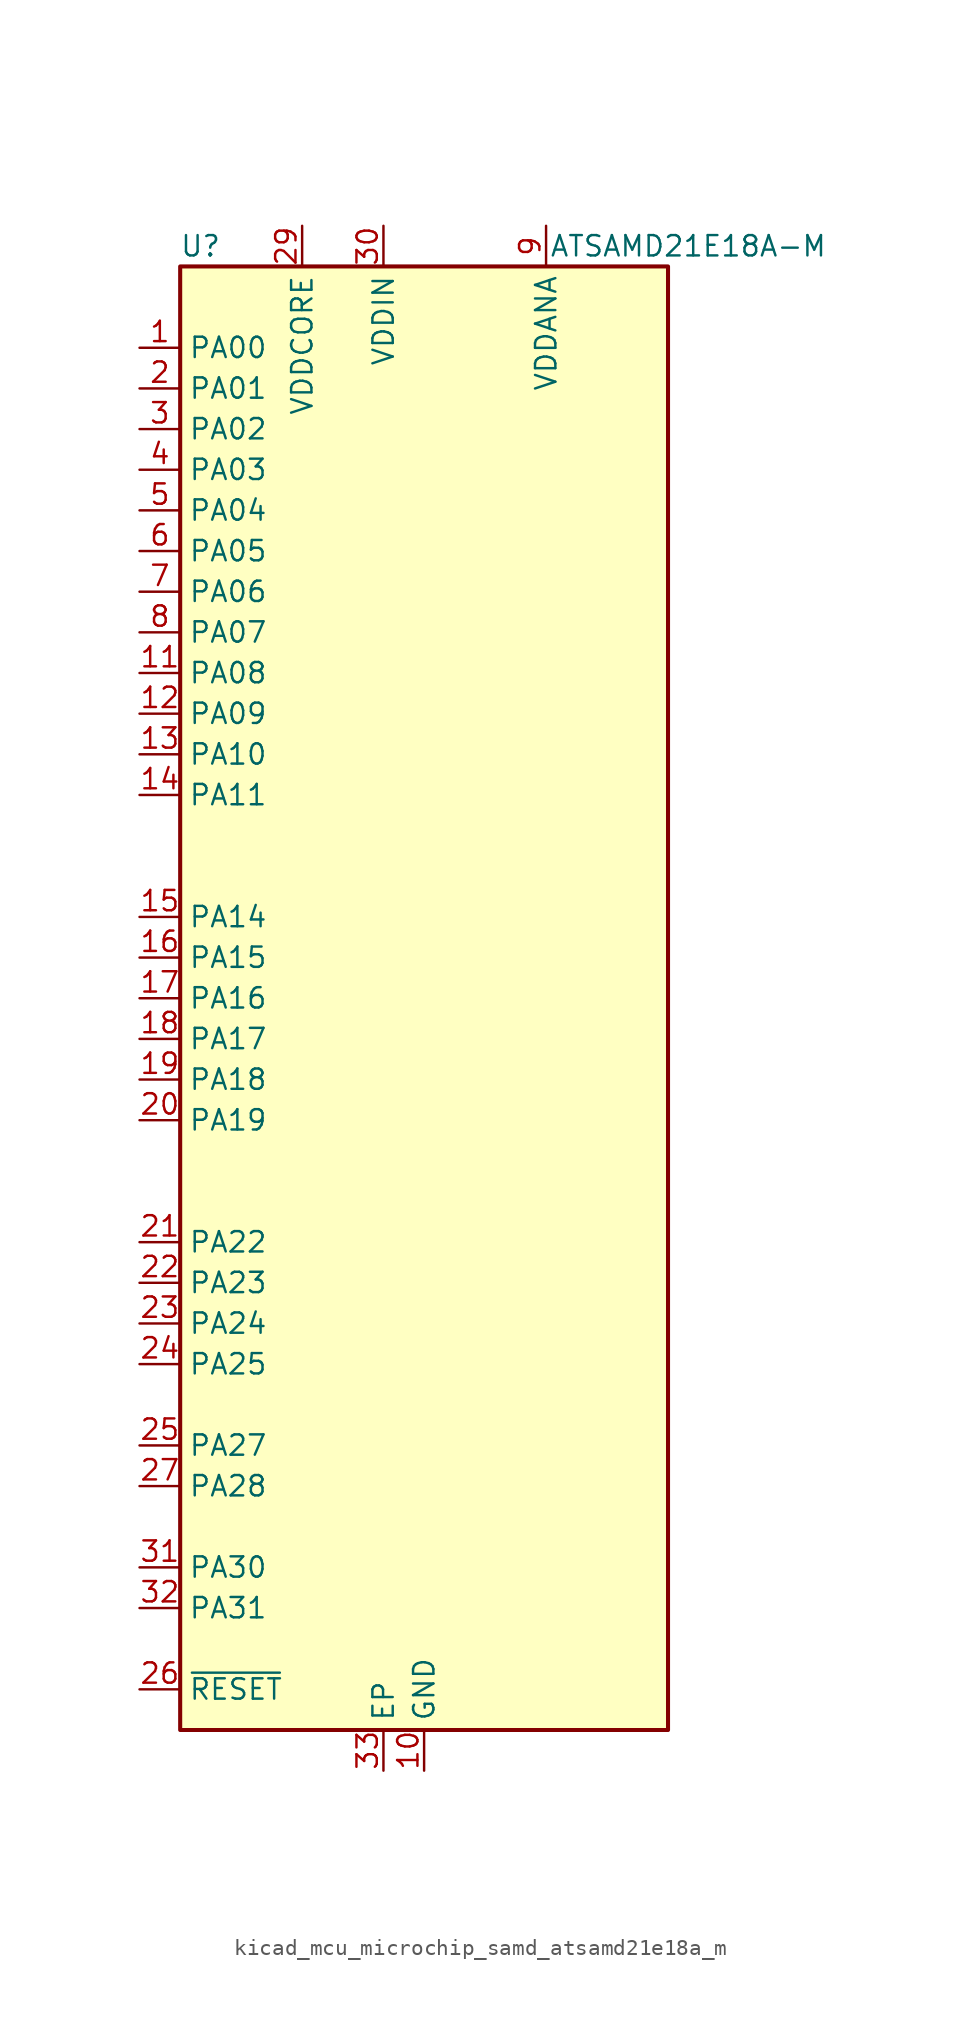
<source format=kicad_sym>
(kicad_symbol_lib
  (version 20220914)
  (generator kicad_symbol_editor)
  (symbol "kicad_mcu_microchip_samd_atsamd21e18a_m"
    (property "Reference" "U"
      (at -13.97 46.99 0)
      (effects (font (size 1.27 1.27))))
    (property "Value" "ATSAMD21E18A-M"
      (at 16.51 46.99 0)
      (effects (font (size 1.27 1.27))))
    (symbol "kicad_mcu_microchip_samd_atsamd21e18a_m_1_1"
      (rectangle (start -15.24 45.72) (end 15.24 -45.72) (stroke (width 0.254) (type default)) (fill (type background)))
      (pin bidirectional line (at -17.78 40.64 0) (length 2.54) (name "PA00" (effects (font (size 1.27 1.27)))) (number "1" (effects (font (size 1.27 1.27)))))
      (pin power_in line (at 0 -48.26 90) (length 2.54) (name "GND" (effects (font (size 1.27 1.27)))) (number "10" (effects (font (size 1.27 1.27)))))
      (pin bidirectional line (at -17.78 20.32 0) (length 2.54) (name "PA08" (effects (font (size 1.27 1.27)))) (number "11" (effects (font (size 1.27 1.27)))))
      (pin bidirectional line (at -17.78 17.78 0) (length 2.54) (name "PA09" (effects (font (size 1.27 1.27)))) (number "12" (effects (font (size 1.27 1.27)))))
      (pin bidirectional line (at -17.78 15.24 0) (length 2.54) (name "PA10" (effects (font (size 1.27 1.27)))) (number "13" (effects (font (size 1.27 1.27)))))
      (pin bidirectional line (at -17.78 12.7 0) (length 2.54) (name "PA11" (effects (font (size 1.27 1.27)))) (number "14" (effects (font (size 1.27 1.27)))))
      (pin bidirectional line (at -17.78 5.08 0) (length 2.54) (name "PA14" (effects (font (size 1.27 1.27)))) (number "15" (effects (font (size 1.27 1.27)))))
      (pin bidirectional line (at -17.78 2.54 0) (length 2.54) (name "PA15" (effects (font (size 1.27 1.27)))) (number "16" (effects (font (size 1.27 1.27)))))
      (pin bidirectional line (at -17.78 0 0) (length 2.54) (name "PA16" (effects (font (size 1.27 1.27)))) (number "17" (effects (font (size 1.27 1.27)))))
      (pin bidirectional line (at -17.78 -2.54 0) (length 2.54) (name "PA17" (effects (font (size 1.27 1.27)))) (number "18" (effects (font (size 1.27 1.27)))))
      (pin bidirectional line (at -17.78 -5.08 0) (length 2.54) (name "PA18" (effects (font (size 1.27 1.27)))) (number "19" (effects (font (size 1.27 1.27)))))
      (pin bidirectional line (at -17.78 38.1 0) (length 2.54) (name "PA01" (effects (font (size 1.27 1.27)))) (number "2" (effects (font (size 1.27 1.27)))))
      (pin bidirectional line (at -17.78 -7.62 0) (length 2.54) (name "PA19" (effects (font (size 1.27 1.27)))) (number "20" (effects (font (size 1.27 1.27)))))
      (pin bidirectional line (at -17.78 -15.24 0) (length 2.54) (name "PA22" (effects (font (size 1.27 1.27)))) (number "21" (effects (font (size 1.27 1.27)))))
      (pin bidirectional line (at -17.78 -17.78 0) (length 2.54) (name "PA23" (effects (font (size 1.27 1.27)))) (number "22" (effects (font (size 1.27 1.27)))))
      (pin bidirectional line (at -17.78 -20.32 0) (length 2.54) (name "PA24" (effects (font (size 1.27 1.27)))) (number "23" (effects (font (size 1.27 1.27)))))
      (pin bidirectional line (at -17.78 -22.86 0) (length 2.54) (name "PA25" (effects (font (size 1.27 1.27)))) (number "24" (effects (font (size 1.27 1.27)))))
      (pin bidirectional line (at -17.78 -27.94 0) (length 2.54) (name "PA27" (effects (font (size 1.27 1.27)))) (number "25" (effects (font (size 1.27 1.27)))))
      (pin input line (at -17.78 -43.18 0) (length 2.54) (name "~{RESET}" (effects (font (size 1.27 1.27)))) (number "26" (effects (font (size 1.27 1.27)))))
      (pin bidirectional line (at -17.78 -30.48 0) (length 2.54) (name "PA28" (effects (font (size 1.27 1.27)))) (number "27" (effects (font (size 1.27 1.27)))))
      (pin passive line (at 0 -48.26 90) (length 2.54) hide (name "GND" (effects (font (size 1.27 1.27)))) (number "28" (effects (font (size 1.27 1.27)))))
      (pin power_out line (at -7.62 48.26 270) (length 2.54) (name "VDDCORE" (effects (font (size 1.27 1.27)))) (number "29" (effects (font (size 1.27 1.27)))))
      (pin bidirectional line (at -17.78 35.56 0) (length 2.54) (name "PA02" (effects (font (size 1.27 1.27)))) (number "3" (effects (font (size 1.27 1.27)))))
      (pin power_in line (at -2.54 48.26 270) (length 2.54) (name "VDDIN" (effects (font (size 1.27 1.27)))) (number "30" (effects (font (size 1.27 1.27)))))
      (pin bidirectional line (at -17.78 -35.56 0) (length 2.54) (name "PA30" (effects (font (size 1.27 1.27)))) (number "31" (effects (font (size 1.27 1.27)))))
      (pin bidirectional line (at -17.78 -38.1 0) (length 2.54) (name "PA31" (effects (font (size 1.27 1.27)))) (number "32" (effects (font (size 1.27 1.27)))))
      (pin passive line (at -2.54 -48.26 90) (length 2.54) (name "EP" (effects (font (size 1.27 1.27)))) (number "33" (effects (font (size 1.27 1.27)))))
      (pin bidirectional line (at -17.78 33.02 0) (length 2.54) (name "PA03" (effects (font (size 1.27 1.27)))) (number "4" (effects (font (size 1.27 1.27)))))
      (pin bidirectional line (at -17.78 30.48 0) (length 2.54) (name "PA04" (effects (font (size 1.27 1.27)))) (number "5" (effects (font (size 1.27 1.27)))))
      (pin bidirectional line (at -17.78 27.94 0) (length 2.54) (name "PA05" (effects (font (size 1.27 1.27)))) (number "6" (effects (font (size 1.27 1.27)))))
      (pin bidirectional line (at -17.78 25.4 0) (length 2.54) (name "PA06" (effects (font (size 1.27 1.27)))) (number "7" (effects (font (size 1.27 1.27)))))
      (pin bidirectional line (at -17.78 22.86 0) (length 2.54) (name "PA07" (effects (font (size 1.27 1.27)))) (number "8" (effects (font (size 1.27 1.27)))))
      (pin power_in line (at 7.62 48.26 270) (length 2.54) (name "VDDANA" (effects (font (size 1.27 1.27)))) (number "9" (effects (font (size 1.27 1.27))))))))
</source>
